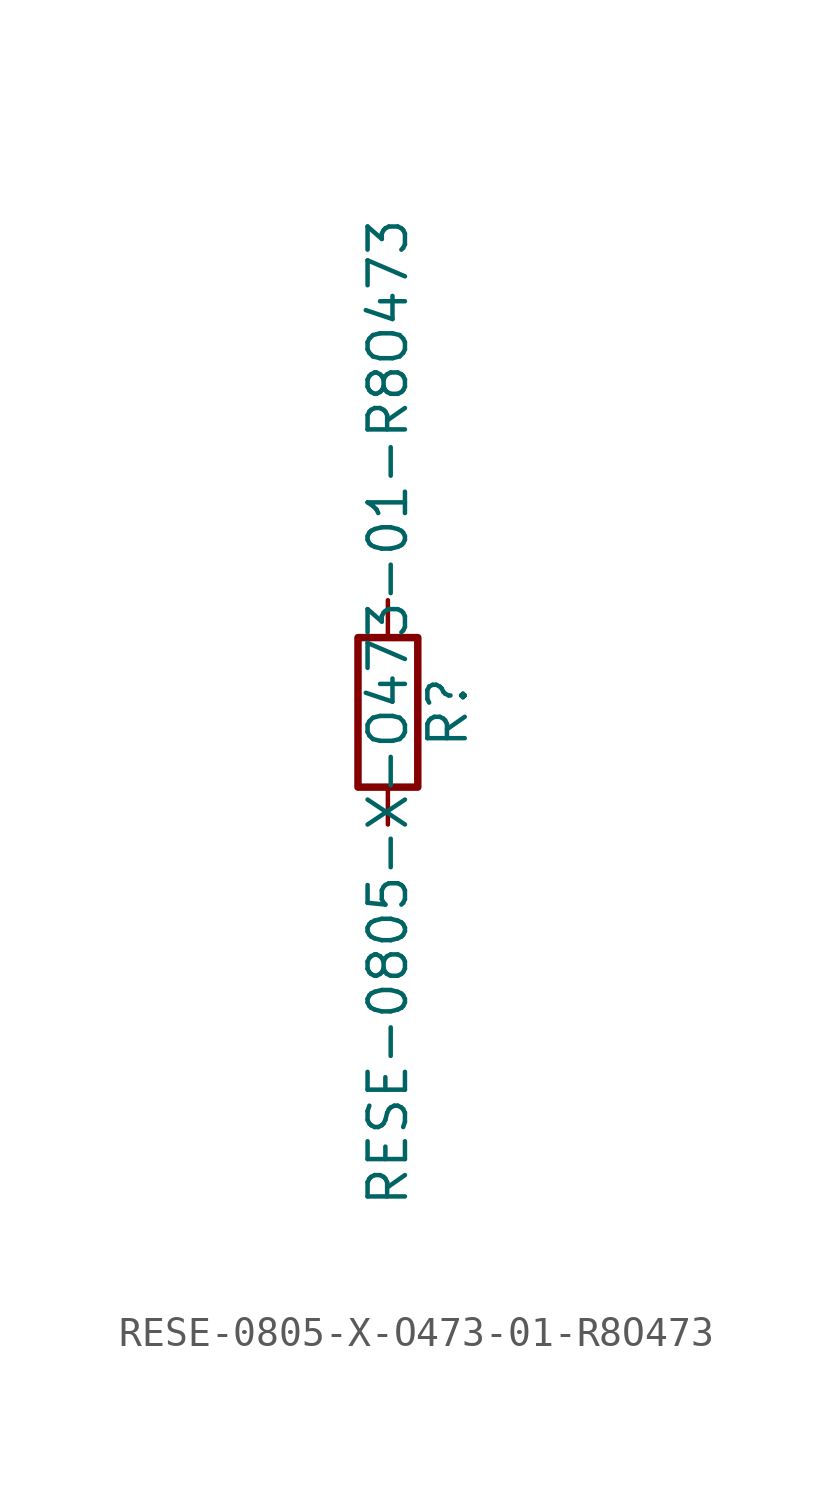
<source format=kicad_sym>
(kicad_symbol_lib
  (version 20211014)
  (generator kicad_symbol_editor)
  (symbol "RESE-0805-X-O473-01-R8O473"
    (pin_numbers hide)
    (pin_names
      (offset 0))
    (property "Reference" "R"
      (at 2.032 0 90)
      (effects (font (size 1.27 1.27))))
    (property "Value" "RESE-0805-X-O473-01-R8O473"
      (at 0 0 90)
      (effects (font (size 1.27 1.27))))
    (symbol "RESE-0805-X-O473-01-R8O473_0_1"
      (rectangle (start -1.016 -2.54) (end 1.016 2.54) (stroke (width 0.254) (type default) (color 0 0 0 0)) (fill (type none))))
    (symbol "RESE-0805-X-O473-01-R8O473_1_1"
      (pin passive line (at 0 3.81 270) (length 1.27) (name "~" (effects (font (size 1.27 1.27)))) (number "1" (effects (font (size 1.27 1.27)))))
      (pin passive line (at 0 -3.81 90) (length 1.27) (name "~" (effects (font (size 1.27 1.27)))) (number "2" (effects (font (size 1.27 1.27))))))))
</source>
